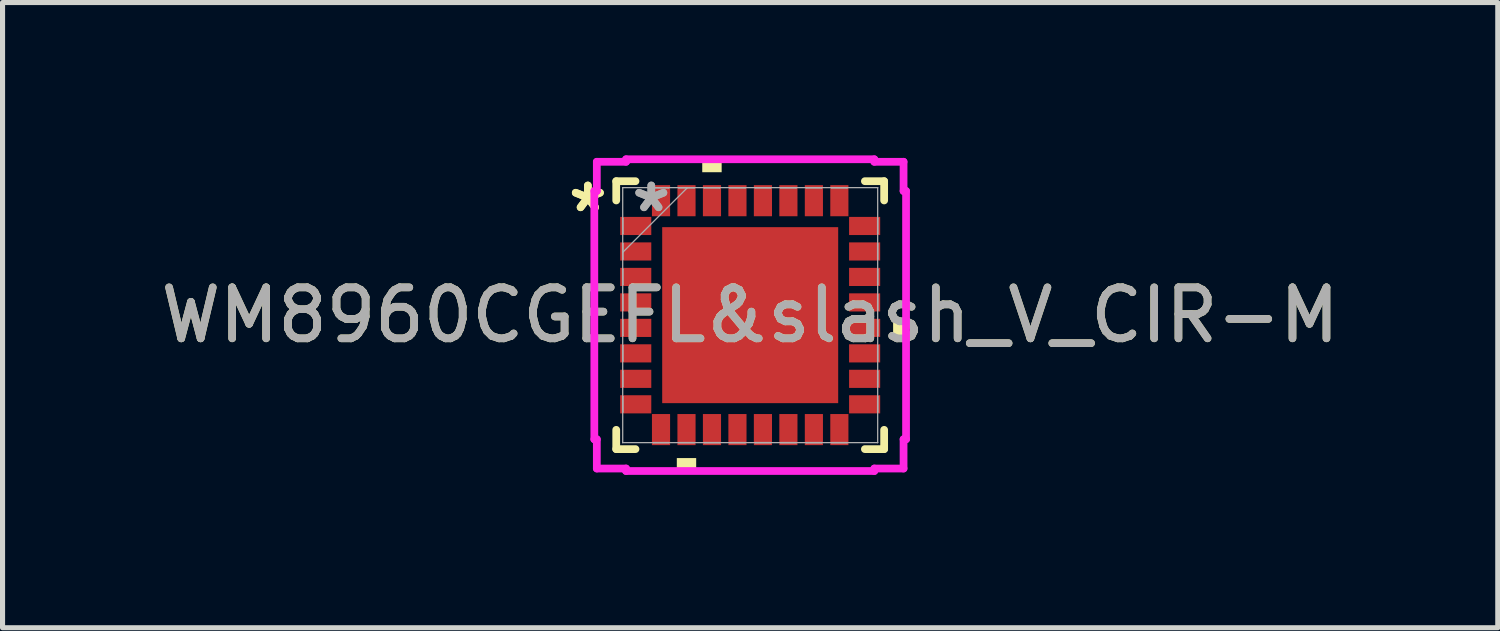
<source format=kicad_pcb>
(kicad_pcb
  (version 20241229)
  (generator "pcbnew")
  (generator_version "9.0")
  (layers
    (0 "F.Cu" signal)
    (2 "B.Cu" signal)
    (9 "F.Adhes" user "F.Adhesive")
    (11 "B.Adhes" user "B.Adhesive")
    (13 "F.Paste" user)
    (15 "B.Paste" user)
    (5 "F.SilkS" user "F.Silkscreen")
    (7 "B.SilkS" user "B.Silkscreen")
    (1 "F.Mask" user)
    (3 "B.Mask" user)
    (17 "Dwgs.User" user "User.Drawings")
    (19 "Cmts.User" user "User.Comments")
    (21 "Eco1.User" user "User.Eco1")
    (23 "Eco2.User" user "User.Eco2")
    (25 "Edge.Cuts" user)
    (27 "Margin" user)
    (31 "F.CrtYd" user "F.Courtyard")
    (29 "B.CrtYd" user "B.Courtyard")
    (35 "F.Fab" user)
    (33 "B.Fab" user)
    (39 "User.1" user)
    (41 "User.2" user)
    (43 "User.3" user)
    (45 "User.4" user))
  (footprint "WM8960CGEFL&slash_V_CIR-M"
    (layer "F.Cu")
    (at 11.673 3.135)
    (property "Reference" "WM8960CGEFL&slash_V_CIR-M" (at 0 0 0) (unlocked yes) (layer "F.SilkS") (effects (font (size 1 1) (thickness 0.15))))
    (attr smd)
    (fp_line (start -2.629 -2.629) (end -2.629 -2.251) (stroke (width 0.152) (type solid)) (layer "F.SilkS"))
    (fp_line (start -2.629 2.251) (end -2.629 2.629) (stroke (width 0.152) (type solid)) (layer "F.SilkS"))
    (fp_line (start -2.629 2.629) (end -2.251 2.629) (stroke (width 0.152) (type solid)) (layer "F.SilkS"))
    (fp_line (start -2.251 -2.629) (end -2.629 -2.629) (stroke (width 0.152) (type solid)) (layer "F.SilkS"))
    (fp_line (start 2.251 2.629) (end 2.629 2.629) (stroke (width 0.152) (type solid)) (layer "F.SilkS"))
    (fp_line (start 2.629 -2.629) (end 2.251 -2.629) (stroke (width 0.152) (type solid)) (layer "F.SilkS"))
    (fp_line (start 2.629 -2.251) (end 2.629 -2.629) (stroke (width 0.152) (type solid)) (layer "F.SilkS"))
    (fp_line (start 2.629 2.629) (end 2.629 2.251) (stroke (width 0.152) (type solid)) (layer "F.SilkS"))
    (fp_poly (pts (xy -1.44 2.805) (xy -1.44 3.059) (xy -1.06 3.059) (xy -1.06 2.805)) (stroke (width 0) (type solid)) (fill yes) (layer "F.SilkS"))
    (fp_poly (pts (xy -0.941 -2.805) (xy -0.941 -3.059) (xy -0.56 -3.059) (xy -0.56 -2.805)) (stroke (width 0) (type solid)) (fill yes) (layer "F.SilkS"))
    (fp_poly (pts (xy 3.059 0.059) (xy 3.059 0.441) (xy 2.805 0.441) (xy 2.805 0.059)) (stroke (width 0) (type solid)) (fill yes) (layer "F.SilkS"))
    (fp_poly (pts (xy -1.627 -1.627) (xy -1.627 -0.1) (xy -0.1 -0.1) (xy -0.1 -1.627)) (stroke (width 0) (type solid)) (fill yes) (layer "F.Paste"))
    (fp_poly (pts (xy -1.627 0.1) (xy -1.627 1.627) (xy -0.1 1.627) (xy -0.1 0.1)) (stroke (width 0) (type solid)) (fill yes) (layer "F.Paste"))
    (fp_poly (pts (xy 0.1 -1.627) (xy 0.1 -0.1) (xy 1.627 -0.1) (xy 1.627 -1.627)) (stroke (width 0) (type solid)) (fill yes) (layer "F.Paste"))
    (fp_poly (pts (xy 0.1 0.1) (xy 0.1 1.627) (xy 1.627 1.627) (xy 1.627 0.1)) (stroke (width 0) (type solid)) (fill yes) (layer "F.Paste"))
    (fp_line (start -3.059 -2.436) (end -3.01 -2.436) (stroke (width 0.152) (type solid)) (layer "F.CrtYd"))
    (fp_line (start -3.059 2.436) (end -3.059 -2.436) (stroke (width 0.152) (type solid)) (layer "F.CrtYd"))
    (fp_line (start -3.01 -3.01) (end -2.436 -3.01) (stroke (width 0.152) (type solid)) (layer "F.CrtYd"))
    (fp_line (start -3.01 -2.436) (end -3.01 -3.01) (stroke (width 0.152) (type solid)) (layer "F.CrtYd"))
    (fp_line (start -3.01 2.436) (end -3.059 2.436) (stroke (width 0.152) (type solid)) (layer "F.CrtYd"))
    (fp_line (start -3.01 3.01) (end -3.01 2.436) (stroke (width 0.152) (type solid)) (layer "F.CrtYd"))
    (fp_line (start -2.436 -3.059) (end 2.436 -3.059) (stroke (width 0.152) (type solid)) (layer "F.CrtYd"))
    (fp_line (start -2.436 -3.01) (end -2.436 -3.059) (stroke (width 0.152) (type solid)) (layer "F.CrtYd"))
    (fp_line (start -2.436 3.01) (end -3.01 3.01) (stroke (width 0.152) (type solid)) (layer "F.CrtYd"))
    (fp_line (start -2.436 3.059) (end -2.436 3.01) (stroke (width 0.152) (type solid)) (layer "F.CrtYd"))
    (fp_line (start 2.436 -3.059) (end 2.436 -3.01) (stroke (width 0.152) (type solid)) (layer "F.CrtYd"))
    (fp_line (start 2.436 -3.01) (end 3.01 -3.01) (stroke (width 0.152) (type solid)) (layer "F.CrtYd"))
    (fp_line (start 2.436 3.01) (end 2.436 3.059) (stroke (width 0.152) (type solid)) (layer "F.CrtYd"))
    (fp_line (start 2.436 3.059) (end -2.436 3.059) (stroke (width 0.152) (type solid)) (layer "F.CrtYd"))
    (fp_line (start 3.01 -3.01) (end 3.01 -2.436) (stroke (width 0.152) (type solid)) (layer "F.CrtYd"))
    (fp_line (start 3.01 -2.436) (end 3.059 -2.436) (stroke (width 0.152) (type solid)) (layer "F.CrtYd"))
    (fp_line (start 3.01 2.436) (end 3.01 3.01) (stroke (width 0.152) (type solid)) (layer "F.CrtYd"))
    (fp_line (start 3.01 3.01) (end 2.436 3.01) (stroke (width 0.152) (type solid)) (layer "F.CrtYd"))
    (fp_line (start 3.059 -2.436) (end 3.059 2.436) (stroke (width 0.152) (type solid)) (layer "F.CrtYd"))
    (fp_line (start 3.059 2.436) (end 3.01 2.436) (stroke (width 0.152) (type solid)) (layer "F.CrtYd"))
    (fp_line (start -2.502 -2.502) (end -2.502 -2.502) (stroke (width 0.025) (type solid)) (layer "F.Fab"))
    (fp_line (start -2.502 -2.502) (end -2.502 2.502) (stroke (width 0.025) (type solid)) (layer "F.Fab"))
    (fp_line (start -2.502 -1.902) (end -2.5 -1.902) (stroke (width 0.025) (type solid)) (layer "F.Fab"))
    (fp_line (start -2.502 -1.598) (end -2.502 -1.902) (stroke (width 0.025) (type solid)) (layer "F.Fab"))
    (fp_line (start -2.502 -1.402) (end -2.5 -1.402) (stroke (width 0.025) (type solid)) (layer "F.Fab"))
    (fp_line (start -2.502 -1.232) (end -1.232 -2.502) (stroke (width 0.025) (type solid)) (layer "F.Fab"))
    (fp_line (start -2.502 -1.098) (end -2.502 -1.402) (stroke (width 0.025) (type solid)) (layer "F.Fab"))
    (fp_line (start -2.502 -0.902) (end -2.5 -0.902) (stroke (width 0.025) (type solid)) (layer "F.Fab"))
    (fp_line (start -2.502 -0.598) (end -2.502 -0.902) (stroke (width 0.025) (type solid)) (layer "F.Fab"))
    (fp_line (start -2.502 -0.402) (end -2.5 -0.402) (stroke (width 0.025) (type solid)) (layer "F.Fab"))
    (fp_line (start -2.502 -0.098) (end -2.502 -0.402) (stroke (width 0.025) (type solid)) (layer "F.Fab"))
    (fp_line (start -2.502 0.098) (end -2.5 0.098) (stroke (width 0.025) (type solid)) (layer "F.Fab"))
    (fp_line (start -2.502 0.402) (end -2.502 0.098) (stroke (width 0.025) (type solid)) (layer "F.Fab"))
    (fp_line (start -2.502 0.598) (end -2.5 0.598) (stroke (width 0.025) (type solid)) (layer "F.Fab"))
    (fp_line (start -2.502 0.902) (end -2.502 0.598) (stroke (width 0.025) (type solid)) (layer "F.Fab"))
    (fp_line (start -2.502 1.098) (end -2.5 1.098) (stroke (width 0.025) (type solid)) (layer "F.Fab"))
    (fp_line (start -2.502 1.402) (end -2.502 1.098) (stroke (width 0.025) (type solid)) (layer "F.Fab"))
    (fp_line (start -2.502 1.598) (end -2.5 1.598) (stroke (width 0.025) (type solid)) (layer "F.Fab"))
    (fp_line (start -2.502 1.902) (end -2.502 1.598) (stroke (width 0.025) (type solid)) (layer "F.Fab"))
    (fp_line (start -2.502 2.502) (end -2.502 2.502) (stroke (width 0.025) (type solid)) (layer "F.Fab"))
    (fp_line (start -2.502 2.502) (end 2.502 2.502) (stroke (width 0.025) (type solid)) (layer "F.Fab"))
    (fp_line (start -2.5 -1.902) (end -2.5 -1.598) (stroke (width 0.025) (type solid)) (layer "F.Fab"))
    (fp_line (start -2.5 -1.598) (end -2.502 -1.598) (stroke (width 0.025) (type solid)) (layer "F.Fab"))
    (fp_line (start -2.5 -1.402) (end -2.5 -1.098) (stroke (width 0.025) (type solid)) (layer "F.Fab"))
    (fp_line (start -2.5 -1.098) (end -2.502 -1.098) (stroke (width 0.025) (type solid)) (layer "F.Fab"))
    (fp_line (start -2.5 -0.902) (end -2.5 -0.598) (stroke (width 0.025) (type solid)) (layer "F.Fab"))
    (fp_line (start -2.5 -0.598) (end -2.502 -0.598) (stroke (width 0.025) (type solid)) (layer "F.Fab"))
    (fp_line (start -2.5 -0.402) (end -2.5 -0.098) (stroke (width 0.025) (type solid)) (layer "F.Fab"))
    (fp_line (start -2.5 -0.098) (end -2.502 -0.098) (stroke (width 0.025) (type solid)) (layer "F.Fab"))
    (fp_line (start -2.5 0.098) (end -2.5 0.402) (stroke (width 0.025) (type solid)) (layer "F.Fab"))
    (fp_line (start -2.5 0.402) (end -2.502 0.402) (stroke (width 0.025) (type solid)) (layer "F.Fab"))
    (fp_line (start -2.5 0.598) (end -2.5 0.902) (stroke (width 0.025) (type solid)) (layer "F.Fab"))
    (fp_line (start -2.5 0.902) (end -2.502 0.902) (stroke (width 0.025) (type solid)) (layer "F.Fab"))
    (fp_line (start -2.5 1.098) (end -2.5 1.402) (stroke (width 0.025) (type solid)) (layer "F.Fab"))
    (fp_line (start -2.5 1.402) (end -2.502 1.402) (stroke (width 0.025) (type solid)) (layer "F.Fab"))
    (fp_line (start -2.5 1.598) (end -2.5 1.902) (stroke (width 0.025) (type solid)) (layer "F.Fab"))
    (fp_line (start -2.5 1.902) (end -2.502 1.902) (stroke (width 0.025) (type solid)) (layer "F.Fab"))
    (fp_line (start -1.902 -2.502) (end -1.598 -2.502) (stroke (width 0.025) (type solid)) (layer "F.Fab"))
    (fp_line (start -1.902 -2.5) (end -1.902 -2.502) (stroke (width 0.025) (type solid)) (layer "F.Fab"))
    (fp_line (start -1.902 2.5) (end -1.598 2.5) (stroke (width 0.025) (type solid)) (layer "F.Fab"))
    (fp_line (start -1.902 2.502) (end -1.902 2.5) (stroke (width 0.025) (type solid)) (layer "F.Fab"))
    (fp_line (start -1.598 -2.502) (end -1.598 -2.5) (stroke (width 0.025) (type solid)) (layer "F.Fab"))
    (fp_line (start -1.598 -2.5) (end -1.902 -2.5) (stroke (width 0.025) (type solid)) (layer "F.Fab"))
    (fp_line (start -1.598 2.5) (end -1.598 2.502) (stroke (width 0.025) (type solid)) (layer "F.Fab"))
    (fp_line (start -1.598 2.502) (end -1.902 2.502) (stroke (width 0.025) (type solid)) (layer "F.Fab"))
    (fp_line (start -1.402 -2.502) (end -1.098 -2.502) (stroke (width 0.025) (type solid)) (layer "F.Fab"))
    (fp_line (start -1.402 -2.5) (end -1.402 -2.502) (stroke (width 0.025) (type solid)) (layer "F.Fab"))
    (fp_line (start -1.402 2.5) (end -1.098 2.5) (stroke (width 0.025) (type solid)) (layer "F.Fab"))
    (fp_line (start -1.402 2.502) (end -1.402 2.5) (stroke (width 0.025) (type solid)) (layer "F.Fab"))
    (fp_line (start -1.098 -2.502) (end -1.098 -2.5) (stroke (width 0.025) (type solid)) (layer "F.Fab"))
    (fp_line (start -1.098 -2.5) (end -1.402 -2.5) (stroke (width 0.025) (type solid)) (layer "F.Fab"))
    (fp_line (start -1.098 2.5) (end -1.098 2.502) (stroke (width 0.025) (type solid)) (layer "F.Fab"))
    (fp_line (start -1.098 2.502) (end -1.402 2.502) (stroke (width 0.025) (type solid)) (layer "F.Fab"))
    (fp_line (start -0.902 -2.502) (end -0.598 -2.502) (stroke (width 0.025) (type solid)) (layer "F.Fab"))
    (fp_line (start -0.902 -2.5) (end -0.902 -2.502) (stroke (width 0.025) (type solid)) (layer "F.Fab"))
    (fp_line (start -0.902 2.5) (end -0.598 2.5) (stroke (width 0.025) (type solid)) (layer "F.Fab"))
    (fp_line (start -0.902 2.502) (end -0.902 2.5) (stroke (width 0.025) (type solid)) (layer "F.Fab"))
    (fp_line (start -0.598 -2.502) (end -0.598 -2.5) (stroke (width 0.025) (type solid)) (layer "F.Fab"))
    (fp_line (start -0.598 -2.5) (end -0.902 -2.5) (stroke (width 0.025) (type solid)) (layer "F.Fab"))
    (fp_line (start -0.598 2.5) (end -0.598 2.502) (stroke (width 0.025) (type solid)) (layer "F.Fab"))
    (fp_line (start -0.598 2.502) (end -0.902 2.502) (stroke (width 0.025) (type solid)) (layer "F.Fab"))
    (fp_line (start -0.402 -2.502) (end -0.098 -2.502) (stroke (width 0.025) (type solid)) (layer "F.Fab"))
    (fp_line (start -0.402 -2.5) (end -0.402 -2.502) (stroke (width 0.025) (type solid)) (layer "F.Fab"))
    (fp_line (start -0.402 2.5) (end -0.098 2.5) (stroke (width 0.025) (type solid)) (layer "F.Fab"))
    (fp_line (start -0.402 2.502) (end -0.402 2.5) (stroke (width 0.025) (type solid)) (layer "F.Fab"))
    (fp_line (start -0.098 -2.502) (end -0.098 -2.5) (stroke (width 0.025) (type solid)) (layer "F.Fab"))
    (fp_line (start -0.098 -2.5) (end -0.402 -2.5) (stroke (width 0.025) (type solid)) (layer "F.Fab"))
    (fp_line (start -0.098 2.5) (end -0.098 2.502) (stroke (width 0.025) (type solid)) (layer "F.Fab"))
    (fp_line (start -0.098 2.502) (end -0.402 2.502) (stroke (width 0.025) (type solid)) (layer "F.Fab"))
    (fp_line (start 0.098 -2.502) (end 0.402 -2.502) (stroke (width 0.025) (type solid)) (layer "F.Fab"))
    (fp_line (start 0.098 -2.5) (end 0.098 -2.502) (stroke (width 0.025) (type solid)) (layer "F.Fab"))
    (fp_line (start 0.098 2.5) (end 0.402 2.5) (stroke (width 0.025) (type solid)) (layer "F.Fab"))
    (fp_line (start 0.098 2.502) (end 0.098 2.5) (stroke (width 0.025) (type solid)) (layer "F.Fab"))
    (fp_line (start 0.402 -2.502) (end 0.402 -2.5) (stroke (width 0.025) (type solid)) (layer "F.Fab"))
    (fp_line (start 0.402 -2.5) (end 0.098 -2.5) (stroke (width 0.025) (type solid)) (layer "F.Fab"))
    (fp_line (start 0.402 2.5) (end 0.402 2.502) (stroke (width 0.025) (type solid)) (layer "F.Fab"))
    (fp_line (start 0.402 2.502) (end 0.098 2.502) (stroke (width 0.025) (type solid)) (layer "F.Fab"))
    (fp_line (start 0.598 -2.502) (end 0.902 -2.502) (stroke (width 0.025) (type solid)) (layer "F.Fab"))
    (fp_line (start 0.598 -2.5) (end 0.598 -2.502) (stroke (width 0.025) (type solid)) (layer "F.Fab"))
    (fp_line (start 0.598 2.5) (end 0.902 2.5) (stroke (width 0.025) (type solid)) (layer "F.Fab"))
    (fp_line (start 0.598 2.502) (end 0.598 2.5) (stroke (width 0.025) (type solid)) (layer "F.Fab"))
    (fp_line (start 0.902 -2.502) (end 0.902 -2.5) (stroke (width 0.025) (type solid)) (layer "F.Fab"))
    (fp_line (start 0.902 -2.5) (end 0.598 -2.5) (stroke (width 0.025) (type solid)) (layer "F.Fab"))
    (fp_line (start 0.902 2.5) (end 0.902 2.502) (stroke (width 0.025) (type solid)) (layer "F.Fab"))
    (fp_line (start 0.902 2.502) (end 0.598 2.502) (stroke (width 0.025) (type solid)) (layer "F.Fab"))
    (fp_line (start 1.098 -2.502) (end 1.402 -2.502) (stroke (width 0.025) (type solid)) (layer "F.Fab"))
    (fp_line (start 1.098 -2.5) (end 1.098 -2.502) (stroke (width 0.025) (type solid)) (layer "F.Fab"))
    (fp_line (start 1.098 2.5) (end 1.402 2.5) (stroke (width 0.025) (type solid)) (layer "F.Fab"))
    (fp_line (start 1.098 2.502) (end 1.098 2.5) (stroke (width 0.025) (type solid)) (layer "F.Fab"))
    (fp_line (start 1.402 -2.502) (end 1.402 -2.5) (stroke (width 0.025) (type solid)) (layer "F.Fab"))
    (fp_line (start 1.402 -2.5) (end 1.098 -2.5) (stroke (width 0.025) (type solid)) (layer "F.Fab"))
    (fp_line (start 1.402 2.5) (end 1.402 2.502) (stroke (width 0.025) (type solid)) (layer "F.Fab"))
    (fp_line (start 1.402 2.502) (end 1.098 2.502) (stroke (width 0.025) (type solid)) (layer "F.Fab"))
    (fp_line (start 1.598 -2.502) (end 1.902 -2.502) (stroke (width 0.025) (type solid)) (layer "F.Fab"))
    (fp_line (start 1.598 -2.5) (end 1.598 -2.502) (stroke (width 0.025) (type solid)) (layer "F.Fab"))
    (fp_line (start 1.598 2.5) (end 1.902 2.5) (stroke (width 0.025) (type solid)) (layer "F.Fab"))
    (fp_line (start 1.598 2.502) (end 1.598 2.5) (stroke (width 0.025) (type solid)) (layer "F.Fab"))
    (fp_line (start 1.902 -2.502) (end 1.902 -2.5) (stroke (width 0.025) (type solid)) (layer "F.Fab"))
    (fp_line (start 1.902 -2.5) (end 1.598 -2.5) (stroke (width 0.025) (type solid)) (layer "F.Fab"))
    (fp_line (start 1.902 2.5) (end 1.902 2.502) (stroke (width 0.025) (type solid)) (layer "F.Fab"))
    (fp_line (start 1.902 2.502) (end 1.598 2.502) (stroke (width 0.025) (type solid)) (layer "F.Fab"))
    (fp_line (start 2.5 -1.902) (end 2.502 -1.902) (stroke (width 0.025) (type solid)) (layer "F.Fab"))
    (fp_line (start 2.5 -1.598) (end 2.5 -1.902) (stroke (width 0.025) (type solid)) (layer "F.Fab"))
    (fp_line (start 2.5 -1.402) (end 2.502 -1.402) (stroke (width 0.025) (type solid)) (layer "F.Fab"))
    (fp_line (start 2.5 -1.098) (end 2.5 -1.402) (stroke (width 0.025) (type solid)) (layer "F.Fab"))
    (fp_line (start 2.5 -0.902) (end 2.502 -0.902) (stroke (width 0.025) (type solid)) (layer "F.Fab"))
    (fp_line (start 2.5 -0.598) (end 2.5 -0.902) (stroke (width 0.025) (type solid)) (layer "F.Fab"))
    (fp_line (start 2.5 -0.402) (end 2.502 -0.402) (stroke (width 0.025) (type solid)) (layer "F.Fab"))
    (fp_line (start 2.5 -0.098) (end 2.5 -0.402) (stroke (width 0.025) (type solid)) (layer "F.Fab"))
    (fp_line (start 2.5 0.098) (end 2.502 0.098) (stroke (width 0.025) (type solid)) (layer "F.Fab"))
    (fp_line (start 2.5 0.402) (end 2.5 0.098) (stroke (width 0.025) (type solid)) (layer "F.Fab"))
    (fp_line (start 2.5 0.598) (end 2.502 0.598) (stroke (width 0.025) (type solid)) (layer "F.Fab"))
    (fp_line (start 2.5 0.902) (end 2.5 0.598) (stroke (width 0.025) (type solid)) (layer "F.Fab"))
    (fp_line (start 2.5 1.098) (end 2.502 1.098) (stroke (width 0.025) (type solid)) (layer "F.Fab"))
    (fp_line (start 2.5 1.402) (end 2.5 1.098) (stroke (width 0.025) (type solid)) (layer "F.Fab"))
    (fp_line (start 2.5 1.598) (end 2.502 1.598) (stroke (width 0.025) (type solid)) (layer "F.Fab"))
    (fp_line (start 2.5 1.902) (end 2.5 1.598) (stroke (width 0.025) (type solid)) (layer "F.Fab"))
    (fp_line (start 2.502 -2.502) (end -2.502 -2.502) (stroke (width 0.025) (type solid)) (layer "F.Fab"))
    (fp_line (start 2.502 -2.502) (end 2.502 -2.502) (stroke (width 0.025) (type solid)) (layer "F.Fab"))
    (fp_line (start 2.502 -1.902) (end 2.502 -1.598) (stroke (width 0.025) (type solid)) (layer "F.Fab"))
    (fp_line (start 2.502 -1.598) (end 2.5 -1.598) (stroke (width 0.025) (type solid)) (layer "F.Fab"))
    (fp_line (start 2.502 -1.402) (end 2.502 -1.098) (stroke (width 0.025) (type solid)) (layer "F.Fab"))
    (fp_line (start 2.502 -1.098) (end 2.5 -1.098) (stroke (width 0.025) (type solid)) (layer "F.Fab"))
    (fp_line (start 2.502 -0.902) (end 2.502 -0.598) (stroke (width 0.025) (type solid)) (layer "F.Fab"))
    (fp_line (start 2.502 -0.598) (end 2.5 -0.598) (stroke (width 0.025) (type solid)) (layer "F.Fab"))
    (fp_line (start 2.502 -0.402) (end 2.502 -0.098) (stroke (width 0.025) (type solid)) (layer "F.Fab"))
    (fp_line (start 2.502 -0.098) (end 2.5 -0.098) (stroke (width 0.025) (type solid)) (layer "F.Fab"))
    (fp_line (start 2.502 0.098) (end 2.502 0.402) (stroke (width 0.025) (type solid)) (layer "F.Fab"))
    (fp_line (start 2.502 0.402) (end 2.5 0.402) (stroke (width 0.025) (type solid)) (layer "F.Fab"))
    (fp_line (start 2.502 0.598) (end 2.502 0.902) (stroke (width 0.025) (type solid)) (layer "F.Fab"))
    (fp_line (start 2.502 0.902) (end 2.5 0.902) (stroke (width 0.025) (type solid)) (layer "F.Fab"))
    (fp_line (start 2.502 1.098) (end 2.502 1.402) (stroke (width 0.025) (type solid)) (layer "F.Fab"))
    (fp_line (start 2.502 1.402) (end 2.5 1.402) (stroke (width 0.025) (type solid)) (layer "F.Fab"))
    (fp_line (start 2.502 1.598) (end 2.502 1.902) (stroke (width 0.025) (type solid)) (layer "F.Fab"))
    (fp_line (start 2.502 1.902) (end 2.5 1.902) (stroke (width 0.025) (type solid)) (layer "F.Fab"))
    (fp_line (start 2.502 2.502) (end 2.502 -2.502) (stroke (width 0.025) (type solid)) (layer "F.Fab"))
    (fp_line (start 2.502 2.502) (end 2.502 2.502) (stroke (width 0.025) (type solid)) (layer "F.Fab"))
    (fp_text user "*" (at -3.186 -2 0) (unlocked yes) (layer "F.SilkS") (effects (font (size 1 1) (thickness 0.15))))
    (fp_text user "*" (at -3.186 -2 0) (layer "F.SilkS") (effects (font (size 1 1) (thickness 0.15))))
    (fp_text user "*" (at -1.941 -2 0) (unlocked yes) (layer "F.Fab") (effects (font (size 1 1) (thickness 0.15))))
    (fp_text user "*" (at -1.941 -2 0) (layer "F.Fab") (effects (font (size 1 1) (thickness 0.15))))
    (fp_text user "${REFERENCE}" (at 0 0 0) (unlocked yes) (layer "F.Fab") (effects (font (size 1 1) (thickness 0.15))))
    (pad "1" smd rect (at -2.246 -1.75 90) (size 0.356 0.61) (layers "F.Cu" "F.Mask" "F.Paste"))
    (pad "2" smd rect (at -2.246 -1.25 90) (size 0.356 0.61) (layers "F.Cu" "F.Mask" "F.Paste"))
    (pad "3" smd rect (at -2.246 -0.75 90) (size 0.356 0.61) (layers "F.Cu" "F.Mask" "F.Paste"))
    (pad "4" smd rect (at -2.246 -0.25 90) (size 0.356 0.61) (layers "F.Cu" "F.Mask" "F.Paste"))
    (pad "5" smd rect (at -2.246 0.25 90) (size 0.356 0.61) (layers "F.Cu" "F.Mask" "F.Paste"))
    (pad "6" smd rect (at -2.246 0.75 90) (size 0.356 0.61) (layers "F.Cu" "F.Mask" "F.Paste"))
    (pad "7" smd rect (at -2.246 1.25 90) (size 0.356 0.61) (layers "F.Cu" "F.Mask" "F.Paste"))
    (pad "8" smd rect (at -2.246 1.75 90) (size 0.356 0.61) (layers "F.Cu" "F.Mask" "F.Paste"))
    (pad "9" smd rect (at -1.75 2.246) (size 0.356 0.61) (layers "F.Cu" "F.Mask" "F.Paste"))
    (pad "10" smd rect (at -1.25 2.246) (size 0.356 0.61) (layers "F.Cu" "F.Mask" "F.Paste"))
    (pad "11" smd rect (at -0.75 2.246) (size 0.356 0.61) (layers "F.Cu" "F.Mask" "F.Paste"))
    (pad "12" smd rect (at -0.25 2.246) (size 0.356 0.61) (layers "F.Cu" "F.Mask" "F.Paste"))
    (pad "13" smd rect (at 0.25 2.246) (size 0.356 0.61) (layers "F.Cu" "F.Mask" "F.Paste"))
    (pad "14" smd rect (at 0.75 2.246) (size 0.356 0.61) (layers "F.Cu" "F.Mask" "F.Paste"))
    (pad "15" smd rect (at 1.25 2.246) (size 0.356 0.61) (layers "F.Cu" "F.Mask" "F.Paste"))
    (pad "16" smd rect (at 1.75 2.246) (size 0.356 0.61) (layers "F.Cu" "F.Mask" "F.Paste"))
    (pad "17" smd rect (at 2.246 1.75 90) (size 0.356 0.61) (layers "F.Cu" "F.Mask" "F.Paste"))
    (pad "18" smd rect (at 2.246 1.25 90) (size 0.356 0.61) (layers "F.Cu" "F.Mask" "F.Paste"))
    (pad "19" smd rect (at 2.246 0.75 90) (size 0.356 0.61) (layers "F.Cu" "F.Mask" "F.Paste"))
    (pad "20" smd rect (at 2.246 0.25 90) (size 0.356 0.61) (layers "F.Cu" "F.Mask" "F.Paste"))
    (pad "21" smd rect (at 2.246 -0.25 90) (size 0.356 0.61) (layers "F.Cu" "F.Mask" "F.Paste"))
    (pad "22" smd rect (at 2.246 -0.75 90) (size 0.356 0.61) (layers "F.Cu" "F.Mask" "F.Paste"))
    (pad "23" smd rect (at 2.246 -1.25 90) (size 0.356 0.61) (layers "F.Cu" "F.Mask" "F.Paste"))
    (pad "24" smd rect (at 2.246 -1.75 90) (size 0.356 0.61) (layers "F.Cu" "F.Mask" "F.Paste"))
    (pad "25" smd rect (at 1.75 -2.246) (size 0.356 0.61) (layers "F.Cu" "F.Mask" "F.Paste"))
    (pad "26" smd rect (at 1.25 -2.246) (size 0.356 0.61) (layers "F.Cu" "F.Mask" "F.Paste"))
    (pad "27" smd rect (at 0.75 -2.246) (size 0.356 0.61) (layers "F.Cu" "F.Mask" "F.Paste"))
    (pad "28" smd rect (at 0.25 -2.246) (size 0.356 0.61) (layers "F.Cu" "F.Mask" "F.Paste"))
    (pad "29" smd rect (at -0.25 -2.246) (size 0.356 0.61) (layers "F.Cu" "F.Mask" "F.Paste"))
    (pad "30" smd rect (at -0.75 -2.246) (size 0.356 0.61) (layers "F.Cu" "F.Mask" "F.Paste"))
    (pad "31" smd rect (at -1.25 -2.246) (size 0.356 0.61) (layers "F.Cu" "F.Mask" "F.Paste"))
    (pad "32" smd rect (at -1.75 -2.246) (size 0.356 0.61) (layers "F.Cu" "F.Mask" "F.Paste"))
    (pad "33" smd rect (at 0 0) (size 3.454 3.454) (layers "F.Cu" "F.Mask")))
  (gr_rect
    (start -3 -3)
    (end 26.345 9.27)
    (stroke (width 0.1) (type default))
    (fill no)
    (layer "Edge.Cuts")))
</source>
